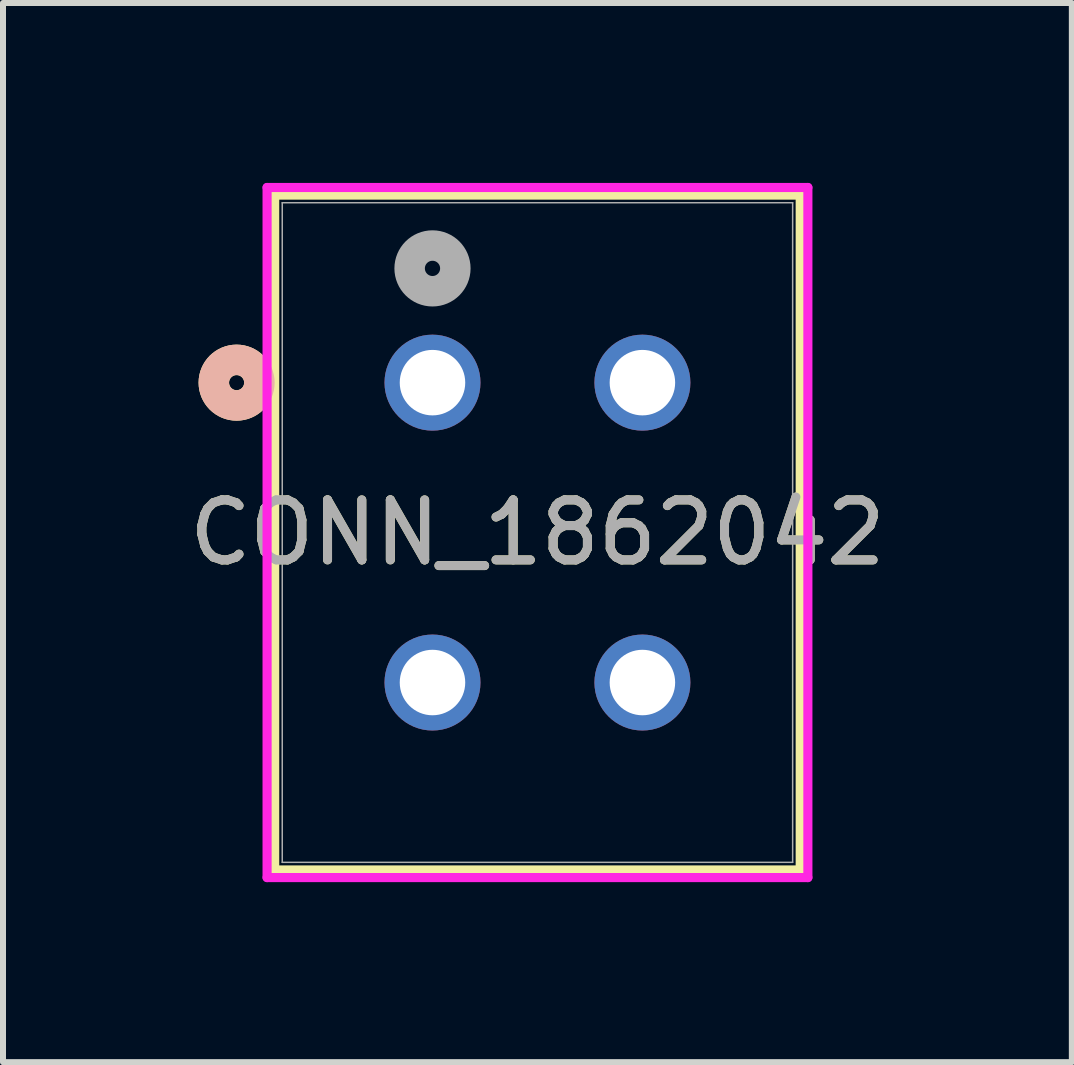
<source format=kicad_pcb>
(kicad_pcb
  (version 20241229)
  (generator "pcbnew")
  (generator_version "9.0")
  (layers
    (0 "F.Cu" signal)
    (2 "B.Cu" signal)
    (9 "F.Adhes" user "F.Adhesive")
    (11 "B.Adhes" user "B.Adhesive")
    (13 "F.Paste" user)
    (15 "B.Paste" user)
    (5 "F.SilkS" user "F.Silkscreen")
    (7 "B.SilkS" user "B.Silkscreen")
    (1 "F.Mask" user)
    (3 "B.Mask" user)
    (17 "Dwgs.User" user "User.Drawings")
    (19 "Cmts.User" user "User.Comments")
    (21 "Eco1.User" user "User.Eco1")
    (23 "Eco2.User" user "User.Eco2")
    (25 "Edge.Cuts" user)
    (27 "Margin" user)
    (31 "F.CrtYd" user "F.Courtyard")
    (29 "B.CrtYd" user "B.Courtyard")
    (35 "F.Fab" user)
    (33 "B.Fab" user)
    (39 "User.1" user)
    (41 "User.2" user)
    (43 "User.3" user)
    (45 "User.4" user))
  (footprint "CONN_1862042"
    (layer "F.Cu")
    (at 7.661 8.33)
    (property "Reference" "CONN_1862042" (at -1.75 -2.5 0) (unlocked yes) (layer "F.SilkS") (effects (font (size 1 1) (thickness 0.15))))
    (attr through_hole)
    (fp_line (start -6.131 -8.127) (end -6.131 3.125) (stroke (width 0.152) (type solid)) (layer "F.SilkS"))
    (fp_line (start -6.131 3.125) (end 2.631 3.125) (stroke (width 0.152) (type solid)) (layer "F.SilkS"))
    (fp_line (start 2.631 -8.127) (end -6.131 -8.127) (stroke (width 0.152) (type solid)) (layer "F.SilkS"))
    (fp_line (start 2.631 3.125) (end 2.631 -8.127) (stroke (width 0.152) (type solid)) (layer "F.SilkS"))
    (fp_circle (center -6.766 -5) (end -6.386 -5) (stroke (width 0.508) (type solid)) (fill no) (layer "F.SilkS"))
    (fp_circle (center -6.766 -5) (end -6.386 -5) (stroke (width 0.508) (type solid)) (fill no) (layer "B.SilkS"))
    (fp_line (start -6.258 -8.254) (end -6.258 3.252) (stroke (width 0.152) (type solid)) (layer "F.CrtYd"))
    (fp_line (start -6.258 3.252) (end 2.759 3.252) (stroke (width 0.152) (type solid)) (layer "F.CrtYd"))
    (fp_line (start 2.759 -8.254) (end -6.258 -8.254) (stroke (width 0.152) (type solid)) (layer "F.CrtYd"))
    (fp_line (start 2.759 3.252) (end 2.759 -8.254) (stroke (width 0.152) (type solid)) (layer "F.CrtYd"))
    (fp_line (start -6.005 -8) (end -6.005 2.998) (stroke (width 0.025) (type solid)) (layer "F.Fab"))
    (fp_line (start -6.005 2.998) (end 2.505 2.998) (stroke (width 0.025) (type solid)) (layer "F.Fab"))
    (fp_line (start 2.505 -8) (end -6.005 -8) (stroke (width 0.025) (type solid)) (layer "F.Fab"))
    (fp_line (start 2.505 2.998) (end 2.505 -8) (stroke (width 0.025) (type solid)) (layer "F.Fab"))
    (fp_circle (center -3.5 -6.905) (end -3.119 -6.905) (stroke (width 0.508) (type solid)) (fill no) (layer "F.Fab"))
    (fp_text user "${REFERENCE}" (at -1.75 -2.5 0) (unlocked yes) (layer "F.Fab") (effects (font (size 1 1) (thickness 0.15))))
    (pad "1" thru_hole circle (at -3.5 -5) (size 1.6 1.6) (drill 1.092) (layers "*.Cu" "*.Mask"))
    (pad "2" thru_hole circle (at -3.5 0) (size 1.6 1.6) (drill 1.092) (layers "*.Cu" "*.Mask"))
    (pad "3" thru_hole circle (at 0.000001 -5) (size 1.6 1.6) (drill 1.092) (layers "*.Cu" "*.Mask"))
    (pad "4" thru_hole circle (at 0.000001 0) (size 1.6 1.6) (drill 1.092) (layers "*.Cu" "*.Mask")))
  (gr_rect
    (start -3 -3)
    (end 14.821 14.659)
    (stroke (width 0.1) (type default))
    (fill no)
    (layer "Edge.Cuts")))
</source>
